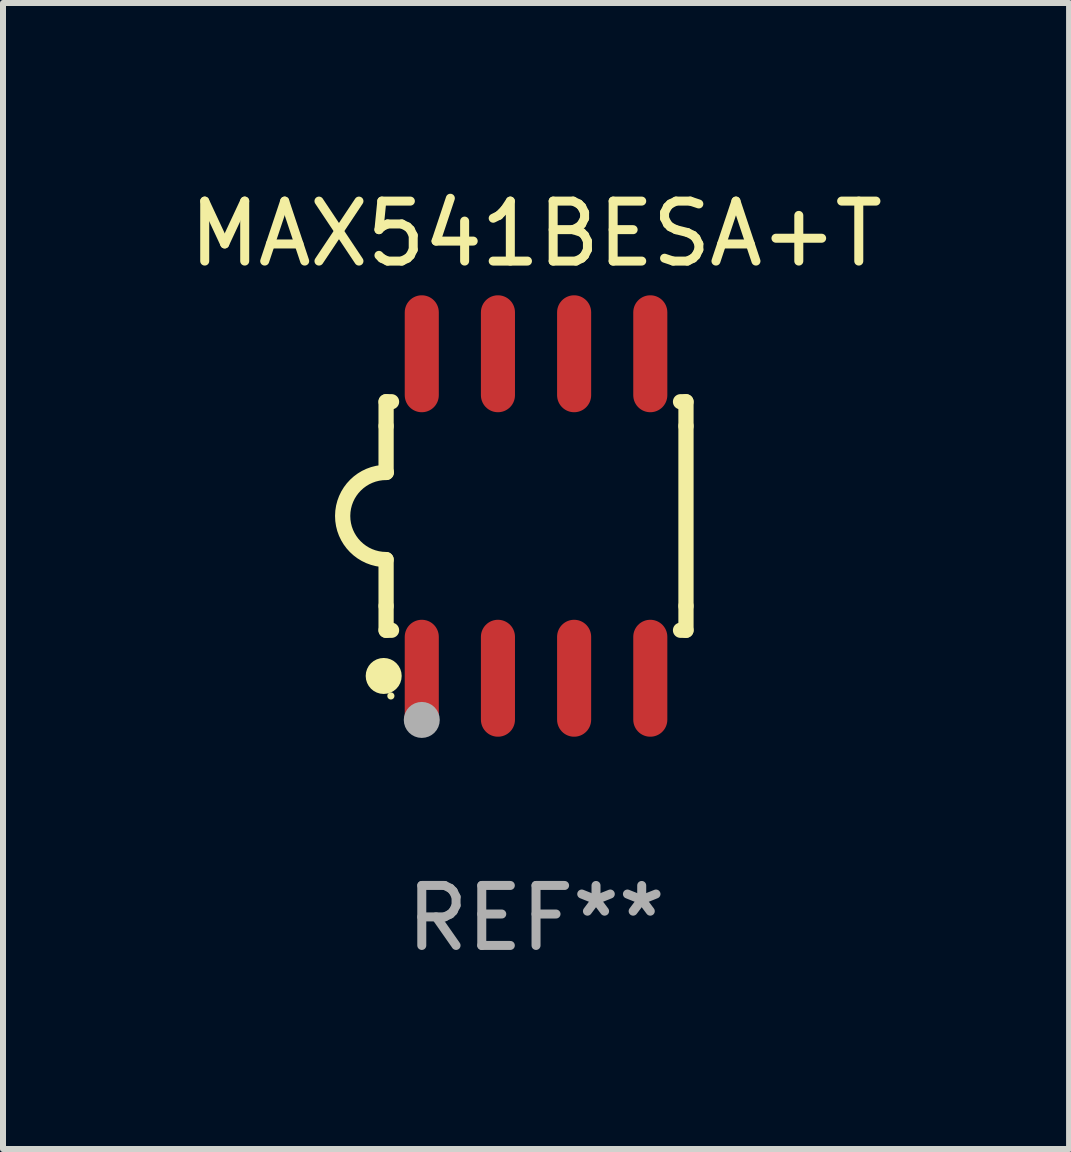
<source format=kicad_pcb>
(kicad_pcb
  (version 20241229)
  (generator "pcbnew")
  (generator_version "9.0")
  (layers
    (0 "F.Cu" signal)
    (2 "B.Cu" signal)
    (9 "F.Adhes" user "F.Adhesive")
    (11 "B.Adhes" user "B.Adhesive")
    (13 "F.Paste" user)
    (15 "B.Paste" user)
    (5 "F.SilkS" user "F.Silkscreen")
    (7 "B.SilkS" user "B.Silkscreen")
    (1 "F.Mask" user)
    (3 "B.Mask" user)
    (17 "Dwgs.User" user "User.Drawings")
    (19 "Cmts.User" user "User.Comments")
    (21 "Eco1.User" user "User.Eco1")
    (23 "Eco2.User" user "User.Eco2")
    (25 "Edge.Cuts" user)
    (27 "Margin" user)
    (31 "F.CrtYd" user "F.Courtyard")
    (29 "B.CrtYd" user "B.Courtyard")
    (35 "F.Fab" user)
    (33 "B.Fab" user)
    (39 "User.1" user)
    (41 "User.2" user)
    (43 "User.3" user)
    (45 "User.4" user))
  (footprint "MAX541BESA+T"
    (layer "F.Cu")
    (at 5.887 5.553)
    (property "Reference" "MAX541BESA+T" (at 0 -4.705 0) (layer "F.SilkS") (effects (font (size 1 1) (thickness 0.15))))
    (attr through_hole)
    (fp_line (start -2.5 -1.905) (end -2.409 -1.905) (stroke (width 0.254) (type solid)) (layer "F.SilkS"))
    (fp_line (start -2.5 -1.5) (end -2.5 -1.905) (stroke (width 0.254) (type solid)) (layer "F.SilkS"))
    (fp_line (start -2.5 -1.5) (end -2.5 -0.726) (stroke (width 0.254) (type solid)) (layer "F.SilkS"))
    (fp_line (start -2.5 1.5) (end -2.5 0.727) (stroke (width 0.254) (type solid)) (layer "F.SilkS"))
    (fp_line (start -2.5 1.5) (end -2.5 1.905) (stroke (width 0.254) (type solid)) (layer "F.SilkS"))
    (fp_line (start -2.5 1.905) (end -2.409 1.905) (stroke (width 0.254) (type solid)) (layer "F.SilkS"))
    (fp_line (start 2.5 -1.905) (end 2.409 -1.905) (stroke (width 0.254) (type solid)) (layer "F.SilkS"))
    (fp_line (start 2.5 -1.5) (end 2.5 -1.905) (stroke (width 0.254) (type solid)) (layer "F.SilkS"))
    (fp_line (start 2.5 -1.5) (end 2.5 1.5) (stroke (width 0.254) (type solid)) (layer "F.SilkS"))
    (fp_line (start 2.5 1.5) (end 2.5 1.905) (stroke (width 0.254) (type solid)) (layer "F.SilkS"))
    (fp_line (start 2.5 1.905) (end 2.409 1.905) (stroke (width 0.254) (type solid)) (layer "F.SilkS"))
    (fp_arc (start -2.5 0.726568) (mid -3.220316 -0.0023) (end -2.495097 -0.726289) (stroke (width 0.254001) (type solid)) (layer "F.SilkS"))
    (fp_circle (center -2.54 2.667) (end -2.39 2.667) (stroke (width 0.3) (type solid)) (fill no) (layer "F.SilkS"))
    (fp_circle (center -2.42 3) (end -2.39 3) (stroke (width 0.06) (type solid)) (fill no) (layer "F.SilkS"))
    (fp_circle (center -1.905 3.4) (end -1.755 3.4) (stroke (width 0.3) (type solid)) (fill no) (layer "F.Fab"))
    (fp_text user "REF**" (at 0 6.705 0) (layer "F.Fab") (effects (font (size 1 1) (thickness 0.15))))
    (pad "1" smd oval (at -1.905 2.705) (size 0.568 1.95) (layers "F.Cu" "F.Mask" "F.Paste"))
    (pad "2" smd oval (at -0.635 2.705) (size 0.568 1.95) (layers "F.Cu" "F.Mask" "F.Paste"))
    (pad "3" smd oval (at 0.635 2.705) (size 0.568 1.95) (layers "F.Cu" "F.Mask" "F.Paste"))
    (pad "4" smd oval (at 1.905 2.705) (size 0.568 1.95) (layers "F.Cu" "F.Mask" "F.Paste"))
    (pad "5" smd oval (at 1.905 -2.705) (size 0.568 1.95) (layers "F.Cu" "F.Mask" "F.Paste"))
    (pad "6" smd oval (at 0.635 -2.705) (size 0.568 1.95) (layers "F.Cu" "F.Mask" "F.Paste"))
    (pad "7" smd oval (at -0.635 -2.705) (size 0.568 1.95) (layers "F.Cu" "F.Mask" "F.Paste"))
    (pad "8" smd oval (at -1.905 -2.705) (size 0.568 1.95) (layers "F.Cu" "F.Mask" "F.Paste")))
  (gr_rect
    (start -3 -3)
    (end 14.774 16.107)
    (stroke (width 0.1) (type default))
    (fill no)
    (layer "Edge.Cuts")))
</source>
